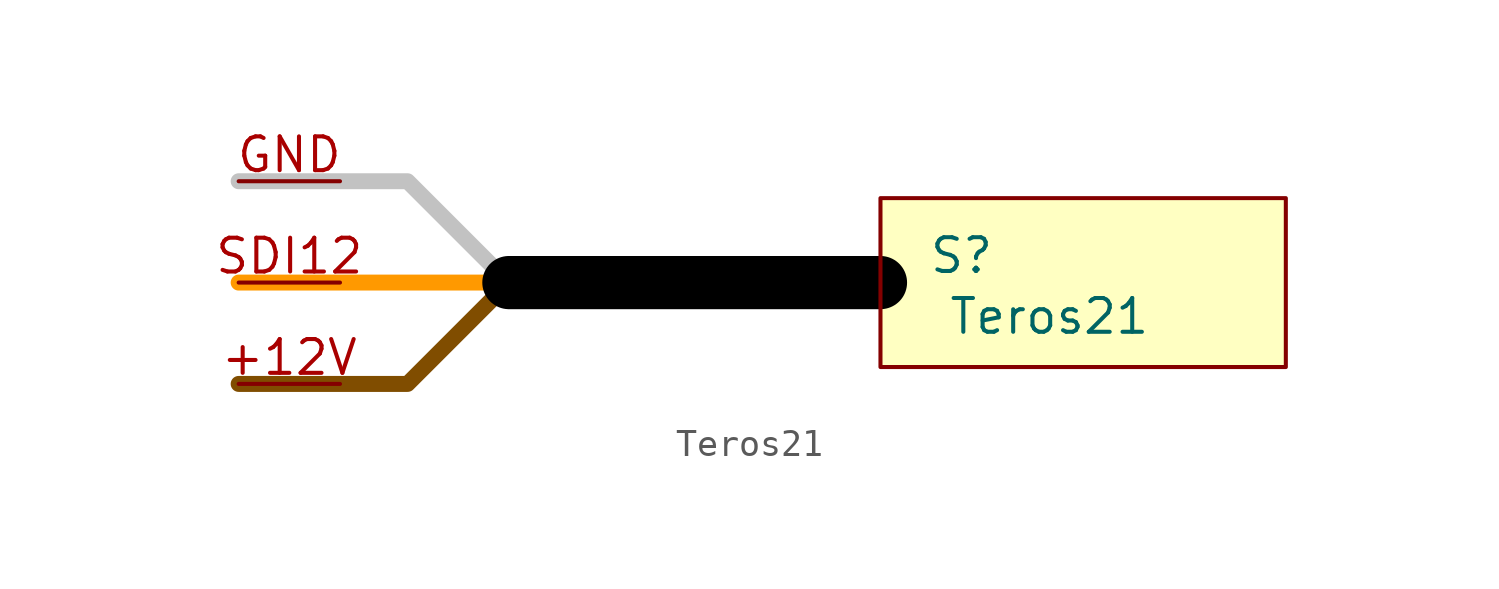
<source format=kicad_sym>
(kicad_symbol_lib
  (version 20231120)
  (generator "kicad_symbol_editor")
  (generator_version "8.0")
  (symbol "Teros21"
    (property "Reference" "S"
      (at 3.048 1.016 0)
      (effects (font (size 1.27 1.27))))
    (property "Value" "Teros21"
      (at 6.35 -1.27 0)
      (effects (font (size 1.27 1.27))))
    (symbol "Teros21_0_1"
      (polyline (pts (xy -13.97 0) (xy -24.13 0)) (stroke (width 0.6) (type default) (color 255 153 0 1)) (fill (type none)))
      (polyline (pts (xy 0 0) (xy -13.97 0)) (stroke (width 2) (type default) (color 0 0 0 1)) (fill (type none)))
      (polyline (pts (xy -24.13 -3.81) (xy -17.78 -3.81) (xy -13.97 0)) (stroke (width 0.6) (type default) (color 128 77 0 1)) (fill (type none)))
      (polyline (pts (xy -24.13 3.81) (xy -17.78 3.81) (xy -13.97 0)) (stroke (width 0.6) (type default) (color 194 194 194 1)) (fill (type none))))
    (symbol "Teros21_1_1"
      (rectangle (start 0 3.175) (end 15.24 -3.175) (stroke (width 0) (type default)) (fill (type color) (color 255 255 194 1)))
      (pin power_out line (at -24.13 -3.81 0) (length 3.81) (name "" (effects (font (size 1.27 1.27)))) (number "+12V" (effects (font (size 1.27 1.27)))))
      (pin power_out line (at -24.13 3.81 0) (length 3.81) (name "" (effects (font (size 1.27 1.27)))) (number "GND" (effects (font (size 1.27 1.27)))))
      (pin power_out line (at -24.13 0 0) (length 3.81) (name "" (effects (font (size 1.27 1.27)))) (number "SDI12" (effects (font (size 1.27 1.27))))))))
</source>
